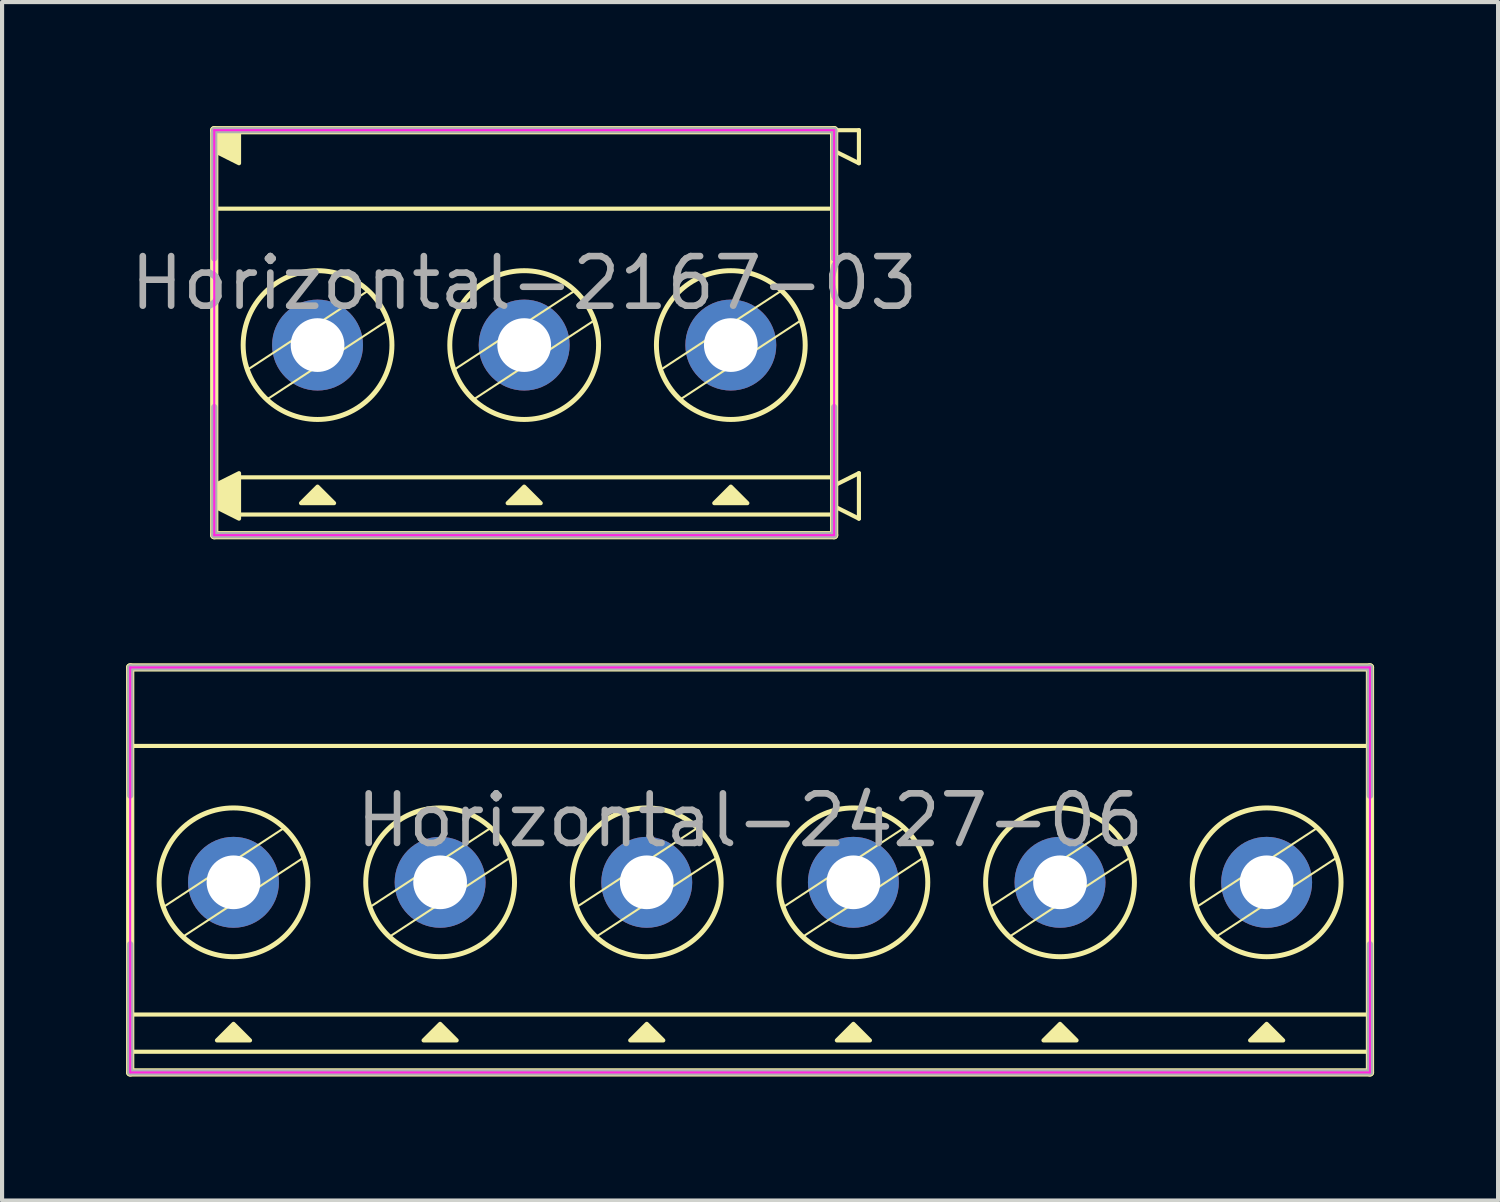
<source format=kicad_pcb>
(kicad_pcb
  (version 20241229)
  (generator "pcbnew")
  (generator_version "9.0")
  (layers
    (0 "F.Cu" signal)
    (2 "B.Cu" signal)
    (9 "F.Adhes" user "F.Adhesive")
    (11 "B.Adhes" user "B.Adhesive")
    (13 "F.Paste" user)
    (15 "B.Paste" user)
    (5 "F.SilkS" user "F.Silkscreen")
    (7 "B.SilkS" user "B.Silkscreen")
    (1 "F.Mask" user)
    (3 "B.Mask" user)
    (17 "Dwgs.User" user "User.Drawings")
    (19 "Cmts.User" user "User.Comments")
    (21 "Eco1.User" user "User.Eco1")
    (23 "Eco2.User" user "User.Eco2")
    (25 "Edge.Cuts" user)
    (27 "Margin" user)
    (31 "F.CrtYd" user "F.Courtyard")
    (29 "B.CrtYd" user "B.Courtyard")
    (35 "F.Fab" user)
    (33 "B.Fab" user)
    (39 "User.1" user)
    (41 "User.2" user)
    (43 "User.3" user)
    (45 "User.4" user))
  (footprint "Horizontal-2427-06"
    (layer "F.Cu")
    (at 15.1 18.3)
    (property "Reference" "Horizontal-2427-06" (at 0 -1.5 180) (layer "F.Fab") (effects (font (size 1.2 1.2) (thickness 0.16))))
    (attr through_hole)
    (fp_line (start -15 -5.2) (end -15 4.6) (stroke (width 0.2) (type solid)) (layer "F.SilkS"))
    (fp_line (start -15 -5.2) (end 15 -5.2) (stroke (width 0.2) (type solid)) (layer "F.SilkS"))
    (fp_line (start -15 -3.3) (end 15 -3.3) (stroke (width 0.1) (type solid)) (layer "F.SilkS"))
    (fp_line (start -15 4.6) (end 15 4.6) (stroke (width 0.2) (type solid)) (layer "F.SilkS"))
    (fp_line (start -14.2 0.6) (end -11.3 -1.3) (stroke (width 0.05) (type solid)) (layer "F.SilkS"))
    (fp_line (start -13.7 1.3) (end -10.8 -0.6) (stroke (width 0.05) (type solid)) (layer "F.SilkS"))
    (fp_line (start -9.2 0.6) (end -6.3 -1.3) (stroke (width 0.05) (type solid)) (layer "F.SilkS"))
    (fp_line (start -8.7 1.3) (end -5.8 -0.6) (stroke (width 0.05) (type solid)) (layer "F.SilkS"))
    (fp_line (start -4.2 0.6) (end -1.3 -1.3) (stroke (width 0.05) (type solid)) (layer "F.SilkS"))
    (fp_line (start -3.7 1.3) (end -0.8 -0.6) (stroke (width 0.05) (type solid)) (layer "F.SilkS"))
    (fp_line (start 0.8 0.6) (end 3.7 -1.3) (stroke (width 0.05) (type solid)) (layer "F.SilkS"))
    (fp_line (start 1.3 1.3) (end 4.2 -0.6) (stroke (width 0.05) (type solid)) (layer "F.SilkS"))
    (fp_line (start 5.8 0.6) (end 8.7 -1.3) (stroke (width 0.05) (type solid)) (layer "F.SilkS"))
    (fp_line (start 6.3 1.3) (end 9.2 -0.6) (stroke (width 0.05) (type solid)) (layer "F.SilkS"))
    (fp_line (start 10.8 0.6) (end 13.7 -1.3) (stroke (width 0.05) (type solid)) (layer "F.SilkS"))
    (fp_line (start 11.3 1.3) (end 14.2 -0.6) (stroke (width 0.05) (type solid)) (layer "F.SilkS"))
    (fp_line (start 15 -5.2) (end 15 4.6) (stroke (width 0.2) (type solid)) (layer "F.SilkS"))
    (fp_line (start 15 3.2) (end -15 3.2) (stroke (width 0.1) (type solid)) (layer "F.SilkS"))
    (fp_line (start 15 4.1) (end -15 4.1) (stroke (width 0.1) (type solid)) (layer "F.SilkS"))
    (fp_circle (center -12.5 0) (end -10.7 0) (stroke (width 0.12) (type solid)) (fill no) (layer "F.SilkS"))
    (fp_circle (center -7.5 0) (end -5.7 0) (stroke (width 0.12) (type solid)) (fill no) (layer "F.SilkS"))
    (fp_circle (center -2.5 0) (end -0.7 0) (stroke (width 0.12) (type solid)) (fill no) (layer "F.SilkS"))
    (fp_circle (center 2.5 0) (end 4.3 0) (stroke (width 0.12) (type solid)) (fill no) (layer "F.SilkS"))
    (fp_circle (center 7.5 0) (end 9.3 0) (stroke (width 0.12) (type solid)) (fill no) (layer "F.SilkS"))
    (fp_circle (center 12.5 0) (end 14.3 0) (stroke (width 0.12) (type solid)) (fill no) (layer "F.SilkS"))
    (fp_poly (pts (xy -12.1 3.825) (xy -12.9 3.825) (xy -12.5 3.425)) (stroke (width 0.1) (type solid)) (fill yes) (layer "F.SilkS"))
    (fp_poly (pts (xy -7.1 3.825) (xy -7.9 3.825) (xy -7.5 3.425)) (stroke (width 0.1) (type solid)) (fill yes) (layer "F.SilkS"))
    (fp_poly (pts (xy -2.1 3.825) (xy -2.9 3.825) (xy -2.5 3.425)) (stroke (width 0.1) (type solid)) (fill yes) (layer "F.SilkS"))
    (fp_poly (pts (xy 2.9 3.825) (xy 2.1 3.825) (xy 2.5 3.425)) (stroke (width 0.1) (type solid)) (fill yes) (layer "F.SilkS"))
    (fp_poly (pts (xy 7.9 3.825) (xy 7.1 3.825) (xy 7.5 3.425)) (stroke (width 0.1) (type solid)) (fill yes) (layer "F.SilkS"))
    (fp_poly (pts (xy 12.9 3.825) (xy 12.1 3.825) (xy 12.5 3.425)) (stroke (width 0.1) (type solid)) (fill yes) (layer "F.SilkS"))
    (fp_line (start -15 -5.2) (end -15 4.6) (stroke (width 0.05) (type solid)) (layer "F.CrtYd"))
    (fp_line (start -15 -5.2) (end 15 -5.2) (stroke (width 0.05) (type solid)) (layer "F.CrtYd"))
    (fp_line (start -15 4.6) (end 15 4.6) (stroke (width 0.05) (type solid)) (layer "F.CrtYd"))
    (fp_line (start 15 -5.2) (end 15 4.6) (stroke (width 0.05) (type solid)) (layer "F.CrtYd"))
    (fp_line (start -15 -5.2) (end -15 -2.1) (stroke (width 0.15) (type solid)) (layer "F.Fab"))
    (fp_line (start -15 -5.2) (end 15 -5.2) (stroke (width 0.15) (type solid)) (layer "F.Fab"))
    (fp_line (start -15 1.5) (end -15 4.6) (stroke (width 0.15) (type solid)) (layer "F.Fab"))
    (fp_line (start -15 4.6) (end 15 4.6) (stroke (width 0.15) (type solid)) (layer "F.Fab"))
    (fp_line (start 15 -5.2) (end 15 -2.1) (stroke (width 0.15) (type solid)) (layer "F.Fab"))
    (fp_line (start 15 -5.2) (end 15 -2.1) (stroke (width 0.15) (type solid)) (layer "F.Fab"))
    (fp_line (start 15 1.5) (end 15 4.6) (stroke (width 0.15) (type solid)) (layer "F.Fab"))
    (pad "1" thru_hole circle (at -12.5 0) (size 2.2 2.2) (drill 1.3) (layers "*.Cu" "*.Mask"))
    (pad "2" thru_hole circle (at -7.5 0) (size 2.2 2.2) (drill 1.3) (layers "*.Cu" "*.Mask"))
    (pad "3" thru_hole circle (at -2.5 0) (size 2.2 2.2) (drill 1.3) (layers "*.Cu" "*.Mask"))
    (pad "4" thru_hole circle (at 2.5 0) (size 2.2 2.2) (drill 1.3) (layers "*.Cu" "*.Mask"))
    (pad "5" thru_hole circle (at 7.5 0) (size 2.2 2.2) (drill 1.3) (layers "*.Cu" "*.Mask"))
    (pad "6" thru_hole circle (at 12.5 0) (size 2.2 2.2) (drill 1.3) (layers "*.Cu" "*.Mask")))
  (footprint "Horizontal-2167-03"
    (layer "F.Cu")
    (at 9.634 5.3)
    (property "Reference" "Horizontal-2167-03" (at 0 -1.5 180) (layer "F.Fab") (effects (font (size 1.2 1.2) (thickness 0.16))))
    (attr through_hole)
    (fp_line (start -7.5 -5.2) (end -7.5 4.6) (stroke (width 0.2) (type solid)) (layer "F.SilkS"))
    (fp_line (start -7.5 -5.2) (end 7.5 -5.2) (stroke (width 0.2) (type solid)) (layer "F.SilkS"))
    (fp_line (start -7.5 -3.3) (end 7.5 -3.3) (stroke (width 0.1) (type solid)) (layer "F.SilkS"))
    (fp_line (start -7.5 4.6) (end 7.5 4.6) (stroke (width 0.2) (type solid)) (layer "F.SilkS"))
    (fp_line (start -6.7 0.6) (end -3.8 -1.3) (stroke (width 0.05) (type solid)) (layer "F.SilkS"))
    (fp_line (start -6.2 1.3) (end -3.3 -0.6) (stroke (width 0.05) (type solid)) (layer "F.SilkS"))
    (fp_line (start -1.7 0.6) (end 1.2 -1.3) (stroke (width 0.05) (type solid)) (layer "F.SilkS"))
    (fp_line (start -1.2 1.3) (end 1.7 -0.6) (stroke (width 0.05) (type solid)) (layer "F.SilkS"))
    (fp_line (start 3.3 0.6) (end 6.2 -1.3) (stroke (width 0.05) (type solid)) (layer "F.SilkS"))
    (fp_line (start 3.8 1.3) (end 6.7 -0.6) (stroke (width 0.05) (type solid)) (layer "F.SilkS"))
    (fp_line (start 7.5 -5.2) (end 7.5 4.6) (stroke (width 0.2) (type solid)) (layer "F.SilkS"))
    (fp_line (start 7.5 -4.7) (end 8.1 -4.4) (stroke (width 0.1) (type solid)) (layer "F.SilkS"))
    (fp_line (start 7.5 3.2) (end -6.9 3.2) (stroke (width 0.1) (type solid)) (layer "F.SilkS"))
    (fp_line (start 7.5 3.9) (end 8.1 4.2) (stroke (width 0.1) (type solid)) (layer "F.SilkS"))
    (fp_line (start 7.5 4.1) (end -6.9 4.1) (stroke (width 0.1) (type solid)) (layer "F.SilkS"))
    (fp_line (start 8.1 -5.2) (end 7.5 -5.2) (stroke (width 0.1) (type solid)) (layer "F.SilkS"))
    (fp_line (start 8.1 -4.4) (end 8.1 -5.2) (stroke (width 0.1) (type solid)) (layer "F.SilkS"))
    (fp_line (start 8.1 3.1) (end 7.5 3.4) (stroke (width 0.1) (type solid)) (layer "F.SilkS"))
    (fp_line (start 8.1 4.2) (end 8.1 3.1) (stroke (width 0.1) (type solid)) (layer "F.SilkS"))
    (fp_circle (center -5 0) (end -3.2 0) (stroke (width 0.12) (type solid)) (fill no) (layer "F.SilkS"))
    (fp_circle (center 0 0) (end 1.8 0) (stroke (width 0.12) (type solid)) (fill no) (layer "F.SilkS"))
    (fp_circle (center 5 0) (end 6.8 0) (stroke (width 0.12) (type solid)) (fill no) (layer "F.SilkS"))
    (fp_poly (pts (xy -4.6 3.825) (xy -5.4 3.825) (xy -5 3.425)) (stroke (width 0.1) (type solid)) (fill yes) (layer "F.SilkS"))
    (fp_poly (pts (xy 0.4 3.825) (xy -0.4 3.825) (xy 0 3.425)) (stroke (width 0.1) (type solid)) (fill yes) (layer "F.SilkS"))
    (fp_poly (pts (xy 5.4 3.825) (xy 4.6 3.825) (xy 5 3.425)) (stroke (width 0.1) (type solid)) (fill yes) (layer "F.SilkS"))
    (fp_poly (pts (xy -6.9 -4.4) (xy -7.5 -4.7) (xy -7.5 -5.2) (xy -6.9 -5.2)) (stroke (width 0.1) (type solid)) (fill yes) (layer "F.SilkS"))
    (fp_poly (pts (xy -6.9 4.2) (xy -7.5 3.9) (xy -7.5 3.4) (xy -6.9 3.1)) (stroke (width 0.1) (type solid)) (fill yes) (layer "F.SilkS"))
    (fp_line (start -7.5 -5.2) (end -7.5 4.6) (stroke (width 0.05) (type solid)) (layer "F.CrtYd"))
    (fp_line (start -7.5 -5.2) (end 7.5 -5.2) (stroke (width 0.05) (type solid)) (layer "F.CrtYd"))
    (fp_line (start -7.5 4.6) (end 7.5 4.6) (stroke (width 0.05) (type solid)) (layer "F.CrtYd"))
    (fp_line (start 7.5 -5.2) (end 7.5 4.6) (stroke (width 0.05) (type solid)) (layer "F.CrtYd"))
    (fp_line (start -7.5 -5.2) (end -7.5 -2.1) (stroke (width 0.15) (type solid)) (layer "F.Fab"))
    (fp_line (start -7.5 -5.2) (end 7.5 -5.2) (stroke (width 0.15) (type solid)) (layer "F.Fab"))
    (fp_line (start -7.5 1.5) (end -7.5 4.6) (stroke (width 0.15) (type solid)) (layer "F.Fab"))
    (fp_line (start -7.5 4.6) (end 7.5 4.6) (stroke (width 0.15) (type solid)) (layer "F.Fab"))
    (fp_line (start 7.5 -5.2) (end 7.5 -2.1) (stroke (width 0.15) (type solid)) (layer "F.Fab"))
    (fp_line (start 7.5 -5.2) (end 7.5 -2.1) (stroke (width 0.15) (type solid)) (layer "F.Fab"))
    (fp_line (start 7.5 1.5) (end 7.5 4.6) (stroke (width 0.15) (type solid)) (layer "F.Fab"))
    (pad "1" thru_hole circle (at -5 0) (size 2.2 2.2) (drill 1.3) (layers "*.Cu" "*.Mask"))
    (pad "2" thru_hole circle (at 0 0) (size 2.2 2.2) (drill 1.3) (layers "*.Cu" "*.Mask"))
    (pad "3" thru_hole circle (at 5 0) (size 2.2 2.2) (drill 1.3) (layers "*.Cu" "*.Mask")))
  (gr_rect
    (start -3 -3)
    (end 33.2 26)
    (stroke (width 0.1) (type default))
    (fill no)
    (layer "Edge.Cuts")))
</source>
